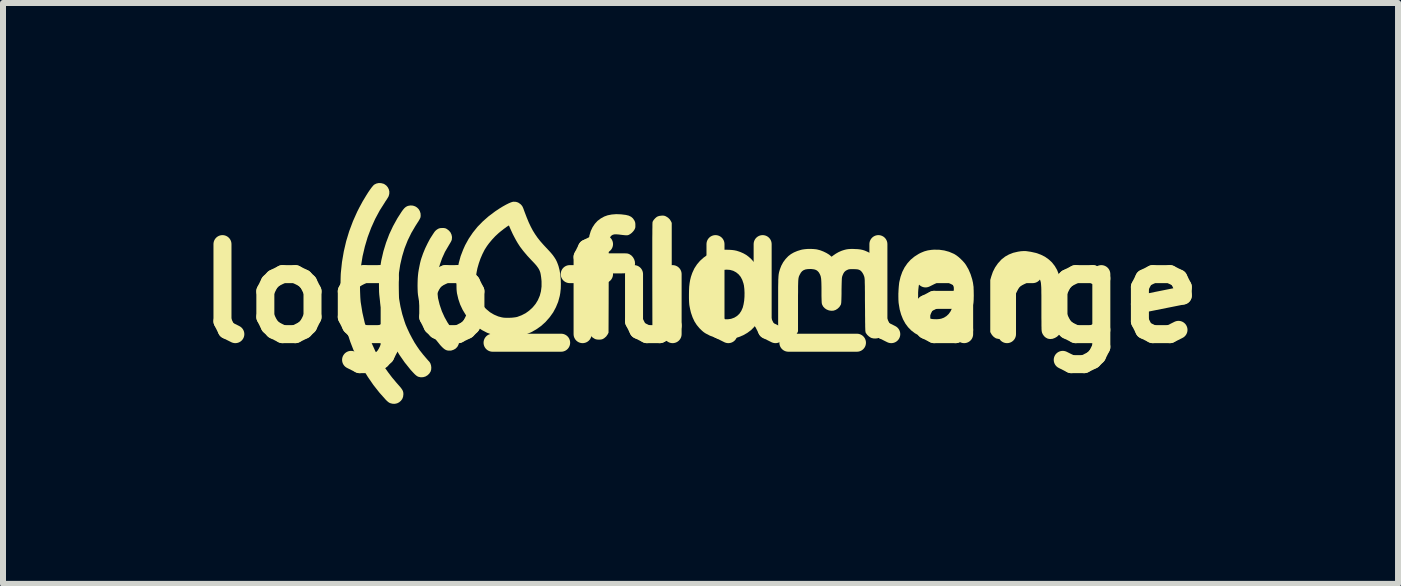
<source format=kicad_pcb>
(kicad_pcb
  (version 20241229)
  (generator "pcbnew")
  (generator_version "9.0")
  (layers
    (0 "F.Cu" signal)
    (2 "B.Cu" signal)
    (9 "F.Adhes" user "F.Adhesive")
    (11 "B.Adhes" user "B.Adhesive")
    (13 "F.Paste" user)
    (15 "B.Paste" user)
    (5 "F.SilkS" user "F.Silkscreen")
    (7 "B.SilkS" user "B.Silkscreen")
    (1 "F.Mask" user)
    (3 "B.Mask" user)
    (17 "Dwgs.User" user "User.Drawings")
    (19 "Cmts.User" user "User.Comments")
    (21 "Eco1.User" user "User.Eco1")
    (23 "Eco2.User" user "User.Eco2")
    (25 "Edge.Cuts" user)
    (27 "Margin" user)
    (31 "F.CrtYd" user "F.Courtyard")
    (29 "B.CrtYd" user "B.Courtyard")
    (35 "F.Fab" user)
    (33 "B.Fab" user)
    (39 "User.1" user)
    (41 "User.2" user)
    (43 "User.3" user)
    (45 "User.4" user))
  (footprint "logo_full_large"
    (layer "F.Cu")
    (at 8.621 1.839)
    (property "Reference" "logo_full_large" (at 0 0 0) (layer "F.SilkS") (effects (font (size 1.5 1.5) (thickness 0.3))))
    (attr board_only exclude_from_pos_files exclude_from_bom)
    (fp_poly (pts (xy -0.608 -1.295) (xy -0.592 -1.291) (xy -0.576 -1.284) (xy -0.54 -1.262) (xy -0.511 -1.233) (xy -0.491 -1.201) (xy -0.479 -1.175) (xy -0.479 -0.269) (xy -0.479 0.637) (xy -0.491 0.661) (xy -0.514 0.697) (xy -0.54 0.723) (xy -0.571 0.74) (xy -0.608 0.749) (xy -0.634 0.752) (xy -0.66 0.752) (xy -0.678 0.751) (xy -0.693 0.748) (xy -0.709 0.741) (xy -0.711 0.74) (xy -0.748 0.718) (xy -0.776 0.692) (xy -0.789 0.672) (xy -0.801 0.648) (xy -0.803 -0.26) (xy -0.803 -0.399) (xy -0.803 -0.526) (xy -0.803 -0.643) (xy -0.803 -0.748) (xy -0.803 -0.842) (xy -0.803 -0.925) (xy -0.802 -0.996) (xy -0.802 -1.056) (xy -0.801 -1.105) (xy -0.801 -1.143) (xy -0.8 -1.17) (xy -0.799 -1.185) (xy -0.799 -1.189) (xy -0.79 -1.209) (xy -0.774 -1.231) (xy -0.754 -1.253) (xy -0.732 -1.272) (xy -0.717 -1.281) (xy -0.689 -1.291) (xy -0.65 -1.296) (xy -0.626 -1.297)) (stroke (width 0) (type solid)) (fill yes) (layer "F.SilkS"))
    (fp_poly (pts (xy -4.277 -1.09) (xy -4.259 -1.087) (xy -4.244 -1.083) (xy -4.227 -1.074) (xy -4.225 -1.073) (xy -4.191 -1.047) (xy -4.165 -1.016) (xy -4.148 -0.979) (xy -4.14 -0.94) (xy -4.143 -0.899) (xy -4.146 -0.888) (xy -4.151 -0.876) (xy -4.161 -0.856) (xy -4.175 -0.832) (xy -4.191 -0.806) (xy -4.197 -0.795) (xy -4.257 -0.693) (xy -4.305 -0.587) (xy -4.343 -0.479) (xy -4.371 -0.368) (xy -4.387 -0.257) (xy -4.393 -0.145) (xy -4.388 -0.033) (xy -4.373 0.078) (xy -4.346 0.188) (xy -4.309 0.297) (xy -4.265 0.394) (xy -4.216 0.482) (xy -4.16 0.566) (xy -4.1 0.641) (xy -4.091 0.651) (xy -4.063 0.685) (xy -4.042 0.714) (xy -4.029 0.741) (xy -4.023 0.767) (xy -4.021 0.789) (xy -4.024 0.826) (xy -4.033 0.856) (xy -4.049 0.886) (xy -4.054 0.893) (xy -4.082 0.921) (xy -4.117 0.94) (xy -4.155 0.952) (xy -4.196 0.953) (xy -4.213 0.951) (xy -4.235 0.945) (xy -4.257 0.934) (xy -4.28 0.917) (xy -4.305 0.894) (xy -4.334 0.863) (xy -4.348 0.846) (xy -4.429 0.745) (xy -4.5 0.637) (xy -4.562 0.523) (xy -4.613 0.404) (xy -4.655 0.281) (xy -4.686 0.153) (xy -4.707 0.023) (xy -4.711 -0.021) (xy -4.713 -0.074) (xy -4.714 -0.131) (xy -4.713 -0.19) (xy -4.711 -0.247) (xy -4.707 -0.3) (xy -4.702 -0.346) (xy -4.701 -0.352) (xy -4.693 -0.401) (xy -4.683 -0.452) (xy -4.673 -0.501) (xy -4.662 -0.546) (xy -4.652 -0.58) (xy -4.622 -0.666) (xy -4.587 -0.751) (xy -4.547 -0.834) (xy -4.506 -0.911) (xy -4.487 -0.941) (xy -4.464 -0.977) (xy -4.446 -1.004) (xy -4.432 -1.025) (xy -4.419 -1.04) (xy -4.408 -1.051) (xy -4.397 -1.06) (xy -4.384 -1.069) (xy -4.38 -1.071) (xy -4.362 -1.081) (xy -4.346 -1.086) (xy -4.33 -1.089) (xy -4.307 -1.09) (xy -4.301 -1.09)) (stroke (width 0) (type solid)) (fill yes) (layer "F.SilkS"))
    (fp_poly (pts (xy -4.791 -1.463) (xy -4.754 -1.451) (xy -4.722 -1.431) (xy -4.695 -1.404) (xy -4.676 -1.371) (xy -4.664 -1.333) (xy -4.662 -1.292) (xy -4.664 -1.278) (xy -4.665 -1.269) (xy -4.668 -1.26) (xy -4.672 -1.251) (xy -4.678 -1.239) (xy -4.687 -1.223) (xy -4.699 -1.202) (xy -4.717 -1.175) (xy -4.739 -1.14) (xy -4.747 -1.128) (xy -4.817 -1.009) (xy -4.878 -0.884) (xy -4.93 -0.753) (xy -4.971 -0.617) (xy -5.003 -0.478) (xy -5.025 -0.334) (xy -5.027 -0.32) (xy -5.031 -0.266) (xy -5.033 -0.204) (xy -5.034 -0.137) (xy -5.032 -0.07) (xy -5.029 -0.004) (xy -5.024 0.057) (xy -5.021 0.091) (xy -4.999 0.218) (xy -4.969 0.345) (xy -4.931 0.467) (xy -4.913 0.519) (xy -4.882 0.591) (xy -4.846 0.668) (xy -4.806 0.744) (xy -4.764 0.819) (xy -4.72 0.887) (xy -4.679 0.946) (xy -4.664 0.965) (xy -4.645 0.989) (xy -4.624 1.016) (xy -4.601 1.043) (xy -4.579 1.069) (xy -4.558 1.093) (xy -4.541 1.113) (xy -4.528 1.127) (xy -4.522 1.133) (xy -4.514 1.143) (xy -4.504 1.159) (xy -4.499 1.169) (xy -4.489 1.2) (xy -4.485 1.235) (xy -4.487 1.269) (xy -4.496 1.299) (xy -4.496 1.3) (xy -4.518 1.335) (xy -4.547 1.363) (xy -4.582 1.384) (xy -4.62 1.395) (xy -4.66 1.397) (xy -4.696 1.39) (xy -4.715 1.382) (xy -4.736 1.368) (xy -4.76 1.347) (xy -4.787 1.319) (xy -4.82 1.283) (xy -4.83 1.272) (xy -4.928 1.15) (xy -5.017 1.022) (xy -5.096 0.889) (xy -5.164 0.751) (xy -5.223 0.608) (xy -5.272 0.461) (xy -5.31 0.309) (xy -5.337 0.153) (xy -5.352 0.02) (xy -5.355 -0.024) (xy -5.356 -0.077) (xy -5.357 -0.134) (xy -5.356 -0.193) (xy -5.354 -0.252) (xy -5.351 -0.308) (xy -5.347 -0.357) (xy -5.344 -0.394) (xy -5.318 -0.55) (xy -5.283 -0.701) (xy -5.239 -0.845) (xy -5.186 -0.985) (xy -5.123 -1.12) (xy -5.05 -1.252) (xy -4.982 -1.358) (xy -4.957 -1.393) (xy -4.934 -1.42) (xy -4.912 -1.439) (xy -4.89 -1.452) (xy -4.872 -1.459) (xy -4.831 -1.466)) (stroke (width 0) (type solid)) (fill yes) (layer "F.SilkS"))
    (fp_poly (pts (xy -5.323 -1.838) (xy -5.283 -1.828) (xy -5.269 -1.822) (xy -5.236 -1.799) (xy -5.211 -1.77) (xy -5.193 -1.735) (xy -5.184 -1.698) (xy -5.185 -1.659) (xy -5.195 -1.622) (xy -5.2 -1.611) (xy -5.208 -1.597) (xy -5.221 -1.576) (xy -5.237 -1.551) (xy -5.255 -1.525) (xy -5.256 -1.522) (xy -5.343 -1.385) (xy -5.42 -1.242) (xy -5.487 -1.093) (xy -5.545 -0.939) (xy -5.592 -0.781) (xy -5.63 -0.619) (xy -5.657 -0.453) (xy -5.669 -0.341) (xy -5.672 -0.306) (xy -5.673 -0.262) (xy -5.674 -0.212) (xy -5.674 -0.158) (xy -5.673 -0.101) (xy -5.672 -0.044) (xy -5.67 0.011) (xy -5.668 0.061) (xy -5.665 0.105) (xy -5.662 0.14) (xy -5.661 0.147) (xy -5.633 0.319) (xy -5.595 0.486) (xy -5.547 0.648) (xy -5.489 0.805) (xy -5.42 0.957) (xy -5.342 1.104) (xy -5.318 1.144) (xy -5.262 1.232) (xy -5.203 1.316) (xy -5.139 1.4) (xy -5.067 1.486) (xy -5.029 1.529) (xy -5.001 1.561) (xy -4.981 1.587) (xy -4.966 1.61) (xy -4.957 1.63) (xy -4.952 1.65) (xy -4.95 1.673) (xy -4.95 1.681) (xy -4.955 1.722) (xy -4.969 1.759) (xy -4.992 1.789) (xy -5.021 1.814) (xy -5.055 1.831) (xy -5.092 1.839) (xy -5.132 1.838) (xy -5.17 1.828) (xy -5.187 1.82) (xy -5.204 1.808) (xy -5.224 1.791) (xy -5.244 1.771) (xy -5.35 1.652) (xy -5.45 1.525) (xy -5.543 1.39) (xy -5.63 1.247) (xy -5.71 1.098) (xy -5.781 0.943) (xy -5.782 0.942) (xy -5.835 0.805) (xy -5.882 0.661) (xy -5.922 0.51) (xy -5.955 0.357) (xy -5.978 0.207) (xy -5.984 0.155) (xy -5.989 0.094) (xy -5.993 0.027) (xy -5.995 -0.044) (xy -5.997 -0.115) (xy -5.997 -0.185) (xy -5.996 -0.252) (xy -5.994 -0.311) (xy -5.992 -0.344) (xy -5.973 -0.524) (xy -5.943 -0.699) (xy -5.903 -0.871) (xy -5.852 -1.039) (xy -5.79 -1.204) (xy -5.718 -1.365) (xy -5.712 -1.376) (xy -5.686 -1.428) (xy -5.657 -1.481) (xy -5.628 -1.535) (xy -5.597 -1.586) (xy -5.567 -1.636) (xy -5.538 -1.682) (xy -5.51 -1.723) (xy -5.485 -1.758) (xy -5.463 -1.785) (xy -5.445 -1.805) (xy -5.437 -1.812) (xy -5.402 -1.83) (xy -5.364 -1.839)) (stroke (width 0) (type solid)) (fill yes) (layer "F.SilkS"))
    (fp_poly (pts (xy -1.324 -1.318) (xy -1.243 -1.308) (xy -1.195 -1.296) (xy -1.156 -1.277) (xy -1.125 -1.25) (xy -1.102 -1.216) (xy -1.1 -1.213) (xy -1.092 -1.194) (xy -1.087 -1.176) (xy -1.085 -1.155) (xy -1.085 -1.135) (xy -1.085 -1.111) (xy -1.087 -1.094) (xy -1.092 -1.08) (xy -1.1 -1.064) (xy -1.104 -1.057) (xy -1.122 -1.033) (xy -1.145 -1.009) (xy -1.17 -0.99) (xy -1.194 -0.976) (xy -1.21 -0.971) (xy -1.222 -0.969) (xy -1.238 -0.969) (xy -1.259 -0.97) (xy -1.287 -0.973) (xy -1.324 -0.977) (xy -1.362 -0.982) (xy -1.403 -0.985) (xy -1.436 -0.984) (xy -1.462 -0.977) (xy -1.483 -0.964) (xy -1.5 -0.945) (xy -1.502 -0.942) (xy -1.511 -0.925) (xy -1.519 -0.904) (xy -1.524 -0.878) (xy -1.527 -0.845) (xy -1.529 -0.803) (xy -1.529 -0.761) (xy -1.529 -0.668) (xy -1.372 -0.668) (xy -1.326 -0.668) (xy -1.289 -0.668) (xy -1.261 -0.668) (xy -1.24 -0.667) (xy -1.224 -0.666) (xy -1.212 -0.664) (xy -1.202 -0.661) (xy -1.194 -0.658) (xy -1.186 -0.655) (xy -1.153 -0.634) (xy -1.126 -0.605) (xy -1.106 -0.571) (xy -1.094 -0.535) (xy -1.09 -0.496) (xy -1.096 -0.459) (xy -1.104 -0.439) (xy -1.116 -0.42) (xy -1.132 -0.398) (xy -1.147 -0.381) (xy -1.161 -0.368) (xy -1.174 -0.358) (xy -1.187 -0.35) (xy -1.203 -0.344) (xy -1.223 -0.34) (xy -1.248 -0.337) (xy -1.28 -0.335) (xy -1.319 -0.334) (xy -1.368 -0.334) (xy -1.383 -0.334) (xy -1.529 -0.334) (xy -1.53 0.16) (xy -1.532 0.654) (xy -1.547 0.683) (xy -1.571 0.717) (xy -1.603 0.745) (xy -1.628 0.76) (xy -1.656 0.768) (xy -1.69 0.77) (xy -1.725 0.768) (xy -1.756 0.76) (xy -1.763 0.756) (xy -1.797 0.735) (xy -1.827 0.706) (xy -1.848 0.674) (xy -1.86 0.648) (xy -1.862 0.158) (xy -1.864 -0.333) (xy -1.904 -0.335) (xy -1.951 -0.343) (xy -1.99 -0.359) (xy -2.023 -0.384) (xy -2.049 -0.419) (xy -2.059 -0.438) (xy -2.07 -0.475) (xy -2.072 -0.514) (xy -2.064 -0.553) (xy -2.049 -0.589) (xy -2.026 -0.621) (xy -1.996 -0.646) (xy -1.98 -0.655) (xy -1.959 -0.663) (xy -1.937 -0.667) (xy -1.909 -0.668) (xy -1.908 -0.668) (xy -1.865 -0.668) (xy -1.862 -0.8) (xy -1.86 -0.857) (xy -1.857 -0.904) (xy -1.854 -0.939) (xy -1.851 -0.965) (xy -1.849 -0.97) (xy -1.828 -1.04) (xy -1.798 -1.103) (xy -1.76 -1.16) (xy -1.715 -1.209) (xy -1.662 -1.249) (xy -1.604 -1.281) (xy -1.546 -1.302) (xy -1.479 -1.315) (xy -1.405 -1.321)) (stroke (width 0) (type solid)) (fill yes) (layer "F.SilkS"))
    (fp_poly (pts (xy 3.977 -0.728) (xy 4.062 -0.716) (xy 4.142 -0.694) (xy 4.217 -0.662) (xy 4.236 -0.652) (xy 4.267 -0.632) (xy 4.302 -0.605) (xy 4.338 -0.572) (xy 4.372 -0.538) (xy 4.402 -0.504) (xy 4.422 -0.476) (xy 4.465 -0.402) (xy 4.5 -0.321) (xy 4.527 -0.236) (xy 4.54 -0.178) (xy 4.545 -0.143) (xy 4.548 -0.099) (xy 4.551 -0.05) (xy 4.552 0.002) (xy 4.552 0.055) (xy 4.551 0.104) (xy 4.548 0.147) (xy 4.545 0.168) (xy 4.529 0.262) (xy 4.504 0.349) (xy 4.471 0.428) (xy 4.431 0.499) (xy 4.383 0.562) (xy 4.328 0.617) (xy 4.266 0.663) (xy 4.196 0.701) (xy 4.183 0.707) (xy 4.135 0.725) (xy 4.091 0.739) (xy 4.046 0.748) (xy 3.997 0.754) (xy 3.942 0.756) (xy 3.936 0.756) (xy 3.902 0.757) (xy 3.868 0.756) (xy 3.839 0.755) (xy 3.817 0.754) (xy 3.809 0.753) (xy 3.773 0.746) (xy 3.731 0.734) (xy 3.688 0.72) (xy 3.648 0.704) (xy 3.638 0.7) (xy 3.572 0.663) (xy 3.512 0.617) (xy 3.459 0.563) (xy 3.413 0.501) (xy 3.374 0.43) (xy 3.343 0.352) (xy 3.319 0.267) (xy 3.304 0.176) (xy 3.301 0.156) (xy 3.298 0.109) (xy 3.297 0.056) (xy 3.297 -0.002) (xy 3.298 -0.014) (xy 3.626 -0.014) (xy 3.626 0.07) (xy 3.632 0.146) (xy 3.645 0.212) (xy 3.663 0.268) (xy 3.688 0.317) (xy 3.719 0.356) (xy 3.757 0.388) (xy 3.802 0.411) (xy 3.834 0.421) (xy 3.863 0.427) (xy 3.899 0.429) (xy 3.937 0.43) (xy 3.974 0.427) (xy 4.004 0.422) (xy 4.007 0.422) (xy 4.056 0.404) (xy 4.099 0.377) (xy 4.136 0.342) (xy 4.167 0.298) (xy 4.192 0.244) (xy 4.209 0.19) (xy 4.213 0.172) (xy 4.216 0.155) (xy 4.219 0.138) (xy 4.22 0.118) (xy 4.221 0.093) (xy 4.222 0.062) (xy 4.222 0.021) (xy 4.222 0.011) (xy 4.222 -0.031) (xy 4.221 -0.064) (xy 4.221 -0.09) (xy 4.219 -0.11) (xy 4.217 -0.127) (xy 4.214 -0.142) (xy 4.21 -0.158) (xy 4.208 -0.164) (xy 4.187 -0.226) (xy 4.16 -0.277) (xy 4.126 -0.32) (xy 4.087 -0.353) (xy 4.041 -0.376) (xy 4.004 -0.388) (xy 3.945 -0.396) (xy 3.888 -0.394) (xy 3.833 -0.381) (xy 3.783 -0.359) (xy 3.738 -0.327) (xy 3.725 -0.315) (xy 3.694 -0.278) (xy 3.669 -0.236) (xy 3.65 -0.186) (xy 3.637 -0.128) (xy 3.629 -0.061) (xy 3.626 -0.014) (xy 3.298 -0.014) (xy 3.3 -0.06) (xy 3.304 -0.116) (xy 3.309 -0.165) (xy 3.312 -0.187) (xy 3.333 -0.276) (xy 3.362 -0.358) (xy 3.4 -0.433) (xy 3.447 -0.501) (xy 3.501 -0.561) (xy 3.565 -0.614) (xy 3.636 -0.659) (xy 3.671 -0.677) (xy 3.729 -0.701) (xy 3.787 -0.717) (xy 3.848 -0.726) (xy 3.889 -0.729)) (stroke (width 0) (type solid)) (fill yes) (layer "F.SilkS"))
    (fp_poly (pts (xy 0.479 -0.727) (xy 0.524 -0.724) (xy 0.564 -0.719) (xy 0.602 -0.711) (xy 0.639 -0.699) (xy 0.665 -0.69) (xy 0.715 -0.668) (xy 0.761 -0.642) (xy 0.804 -0.61) (xy 0.845 -0.573) (xy 0.903 -0.509) (xy 0.952 -0.439) (xy 0.993 -0.362) (xy 1.024 -0.278) (xy 1.044 -0.198) (xy 1.056 -0.124) (xy 1.062 -0.045) (xy 1.062 0.037) (xy 1.058 0.119) (xy 1.049 0.199) (xy 1.034 0.274) (xy 1.017 0.338) (xy 0.985 0.419) (xy 0.945 0.491) (xy 0.898 0.555) (xy 0.844 0.61) (xy 0.781 0.657) (xy 0.711 0.697) (xy 0.632 0.729) (xy 0.583 0.743) (xy 0.555 0.749) (xy 0.518 0.753) (xy 0.475 0.756) (xy 0.431 0.757) (xy 0.387 0.757) (xy 0.346 0.755) (xy 0.312 0.752) (xy 0.304 0.75) (xy 0.229 0.731) (xy 0.156 0.703) (xy 0.087 0.667) (xy 0.062 0.651) (xy 0.045 0.638) (xy 0.023 0.619) (xy 0.000492 0.597) (xy -0.015 0.582) (xy -0.062 0.526) (xy -0.101 0.465) (xy -0.132 0.398) (xy -0.158 0.323) (xy -0.164 0.299) (xy -0.173 0.26) (xy -0.18 0.225) (xy -0.186 0.191) (xy -0.189 0.156) (xy -0.191 0.117) (xy -0.192 0.071) (xy -0.192 0.061) (xy 0.137 0.061) (xy 0.138 0.111) (xy 0.141 0.153) (xy 0.147 0.189) (xy 0.155 0.223) (xy 0.166 0.255) (xy 0.179 0.284) (xy 0.2 0.32) (xy 0.227 0.354) (xy 0.258 0.382) (xy 0.283 0.4) (xy 0.321 0.414) (xy 0.365 0.425) (xy 0.413 0.43) (xy 0.46 0.43) (xy 0.504 0.424) (xy 0.513 0.422) (xy 0.565 0.403) (xy 0.61 0.375) (xy 0.648 0.339) (xy 0.679 0.293) (xy 0.703 0.239) (xy 0.705 0.233) (xy 0.718 0.181) (xy 0.728 0.121) (xy 0.733 0.056) (xy 0.734 -0.01) (xy 0.731 -0.074) (xy 0.724 -0.133) (xy 0.716 -0.167) (xy 0.696 -0.226) (xy 0.669 -0.277) (xy 0.634 -0.319) (xy 0.593 -0.352) (xy 0.546 -0.377) (xy 0.493 -0.392) (xy 0.438 -0.396) (xy 0.393 -0.393) (xy 0.351 -0.383) (xy 0.307 -0.365) (xy 0.299 -0.361) (xy 0.253 -0.332) (xy 0.215 -0.294) (xy 0.185 -0.249) (xy 0.178 -0.235) (xy 0.167 -0.209) (xy 0.158 -0.185) (xy 0.151 -0.162) (xy 0.146 -0.136) (xy 0.142 -0.106) (xy 0.14 -0.07) (xy 0.138 -0.026) (xy 0.138 0.003) (xy 0.137 0.061) (xy -0.192 0.061) (xy -0.192 0.026) (xy -0.191 -0.048) (xy -0.188 -0.113) (xy -0.181 -0.172) (xy -0.172 -0.225) (xy -0.159 -0.277) (xy -0.142 -0.327) (xy -0.135 -0.346) (xy -0.102 -0.417) (xy -0.059 -0.483) (xy -0.008 -0.543) (xy 0.052 -0.597) (xy 0.118 -0.643) (xy 0.189 -0.681) (xy 0.266 -0.71) (xy 0.272 -0.712) (xy 0.292 -0.717) (xy 0.31 -0.722) (xy 0.328 -0.724) (xy 0.348 -0.726) (xy 0.373 -0.727) (xy 0.405 -0.728) (xy 0.425 -0.728)) (stroke (width 0) (type solid)) (fill yes) (layer "F.SilkS"))
    (fp_poly (pts (xy 5.414 -0.706) (xy 5.441 -0.703) (xy 5.474 -0.698) (xy 5.507 -0.693) (xy 5.592 -0.674) (xy 5.67 -0.646) (xy 5.74 -0.611) (xy 5.802 -0.567) (xy 5.857 -0.516) (xy 5.903 -0.457) (xy 5.941 -0.392) (xy 5.97 -0.319) (xy 5.989 -0.24) (xy 5.99 -0.238) (xy 5.992 -0.226) (xy 5.994 -0.213) (xy 5.995 -0.199) (xy 5.996 -0.183) (xy 5.997 -0.164) (xy 5.998 -0.141) (xy 5.999 -0.114) (xy 5.999 -0.08) (xy 6 -0.04) (xy 6 0.007) (xy 6 0.063) (xy 6 0.128) (xy 6 0.204) (xy 6 0.232) (xy 6 0.643) (xy 5.988 0.666) (xy 5.967 0.696) (xy 5.94 0.721) (xy 5.906 0.741) (xy 5.866 0.756) (xy 5.826 0.76) (xy 5.788 0.754) (xy 5.754 0.737) (xy 5.725 0.712) (xy 5.702 0.679) (xy 5.691 0.654) (xy 5.689 0.647) (xy 5.687 0.64) (xy 5.686 0.631) (xy 5.684 0.62) (xy 5.683 0.606) (xy 5.682 0.589) (xy 5.682 0.566) (xy 5.681 0.538) (xy 5.681 0.503) (xy 5.681 0.461) (xy 5.68 0.41) (xy 5.68 0.351) (xy 5.68 0.281) (xy 5.68 0.241) (xy 5.68 0.161) (xy 5.68 0.092) (xy 5.68 0.032) (xy 5.679 -0.019) (xy 5.679 -0.062) (xy 5.678 -0.098) (xy 5.676 -0.128) (xy 5.674 -0.153) (xy 5.672 -0.174) (xy 5.669 -0.191) (xy 5.665 -0.205) (xy 5.661 -0.218) (xy 5.656 -0.23) (xy 5.65 -0.241) (xy 5.645 -0.251) (xy 5.618 -0.289) (xy 5.584 -0.32) (xy 5.541 -0.345) (xy 5.489 -0.363) (xy 5.451 -0.372) (xy 5.402 -0.377) (xy 5.353 -0.372) (xy 5.307 -0.359) (xy 5.265 -0.339) (xy 5.229 -0.311) (xy 5.201 -0.278) (xy 5.19 -0.261) (xy 5.184 -0.248) (xy 5.179 -0.237) (xy 5.174 -0.227) (xy 5.17 -0.217) (xy 5.167 -0.205) (xy 5.164 -0.191) (xy 5.162 -0.175) (xy 5.16 -0.155) (xy 5.158 -0.13) (xy 5.157 -0.101) (xy 5.156 -0.064) (xy 5.156 -0.021) (xy 5.155 0.03) (xy 5.155 0.09) (xy 5.154 0.16) (xy 5.154 0.232) (xy 5.153 0.31) (xy 5.153 0.378) (xy 5.152 0.435) (xy 5.152 0.484) (xy 5.151 0.525) (xy 5.151 0.559) (xy 5.15 0.586) (xy 5.149 0.607) (xy 5.148 0.624) (xy 5.147 0.636) (xy 5.146 0.646) (xy 5.144 0.653) (xy 5.142 0.658) (xy 5.14 0.663) (xy 5.138 0.666) (xy 5.117 0.695) (xy 5.086 0.722) (xy 5.05 0.743) (xy 5.012 0.756) (xy 4.972 0.759) (xy 4.933 0.751) (xy 4.919 0.746) (xy 4.886 0.724) (xy 4.857 0.693) (xy 4.841 0.667) (xy 4.828 0.643) (xy 4.828 0.21) (xy 4.828 -0.224) (xy 4.844 -0.28) (xy 4.871 -0.359) (xy 4.908 -0.432) (xy 4.955 -0.5) (xy 5.011 -0.562) (xy 5.021 -0.571) (xy 5.076 -0.614) (xy 5.139 -0.649) (xy 5.21 -0.677) (xy 5.287 -0.695) (xy 5.337 -0.703) (xy 5.365 -0.705) (xy 5.39 -0.706)) (stroke (width 0) (type solid)) (fill yes) (layer "F.SilkS"))
    (fp_poly (pts (xy -3.075 -1.526) (xy -3.039 -1.515) (xy -3.006 -1.493) (xy -2.993 -1.482) (xy -2.983 -1.471) (xy -2.974 -1.46) (xy -2.966 -1.448) (xy -2.959 -1.433) (xy -2.95 -1.412) (xy -2.94 -1.384) (xy -2.929 -1.354) (xy -2.895 -1.265) (xy -2.862 -1.185) (xy -2.828 -1.113) (xy -2.793 -1.047) (xy -2.755 -0.986) (xy -2.714 -0.927) (xy -2.668 -0.869) (xy -2.616 -0.81) (xy -2.575 -0.766) (xy -2.529 -0.717) (xy -2.49 -0.674) (xy -2.458 -0.635) (xy -2.432 -0.598) (xy -2.41 -0.563) (xy -2.392 -0.526) (xy -2.377 -0.488) (xy -2.365 -0.454) (xy -2.348 -0.388) (xy -2.336 -0.315) (xy -2.329 -0.238) (xy -2.326 -0.159) (xy -2.328 -0.081) (xy -2.336 -0.007) (xy -2.345 0.043) (xy -2.371 0.139) (xy -2.408 0.229) (xy -2.454 0.315) (xy -2.511 0.395) (xy -2.578 0.471) (xy -2.582 0.476) (xy -2.657 0.543) (xy -2.738 0.6) (xy -2.824 0.648) (xy -2.915 0.685) (xy -3.01 0.712) (xy -3.017 0.714) (xy -3.043 0.719) (xy -3.069 0.722) (xy -3.1 0.725) (xy -3.136 0.727) (xy -3.182 0.728) (xy -3.183 0.728) (xy -3.218 0.728) (xy -3.25 0.728) (xy -3.277 0.728) (xy -3.297 0.728) (xy -3.307 0.727) (xy -3.307 0.727) (xy -3.35 0.719) (xy -3.385 0.712) (xy -3.414 0.705) (xy -3.441 0.697) (xy -3.466 0.69) (xy -3.556 0.655) (xy -3.64 0.611) (xy -3.719 0.558) (xy -3.791 0.497) (xy -3.856 0.429) (xy -3.914 0.353) (xy -3.963 0.272) (xy -4.004 0.185) (xy -4.035 0.093) (xy -4.057 -0.002) (xy -4.061 -0.033) (xy -4.064 -0.066) (xy -4.065 -0.107) (xy -4.065 -0.131) (xy -3.74 -0.131) (xy -3.74 -0.098) (xy -3.739 -0.073) (xy -3.738 -0.053) (xy -3.736 -0.038) (xy -3.734 -0.023) (xy -3.73 -0.009) (xy -3.725 0.008) (xy -3.725 0.008) (xy -3.7 0.076) (xy -3.671 0.135) (xy -3.634 0.19) (xy -3.589 0.242) (xy -3.565 0.265) (xy -3.506 0.314) (xy -3.44 0.353) (xy -3.37 0.383) (xy -3.309 0.399) (xy -3.278 0.404) (xy -3.24 0.406) (xy -3.198 0.406) (xy -3.154 0.405) (xy -3.112 0.401) (xy -3.076 0.396) (xy -3.053 0.391) (xy -2.981 0.364) (xy -2.913 0.329) (xy -2.851 0.284) (xy -2.795 0.232) (xy -2.747 0.174) (xy -2.708 0.11) (xy -2.707 0.107) (xy -2.677 0.037) (xy -2.658 -0.036) (xy -2.648 -0.115) (xy -2.648 -0.198) (xy -2.65 -0.225) (xy -2.655 -0.271) (xy -2.661 -0.311) (xy -2.668 -0.346) (xy -2.679 -0.377) (xy -2.693 -0.406) (xy -2.712 -0.435) (xy -2.736 -0.467) (xy -2.767 -0.502) (xy -2.805 -0.542) (xy -2.815 -0.552) (xy -2.888 -0.631) (xy -2.952 -0.707) (xy -3.006 -0.778) (xy -3.045 -0.838) (xy -3.073 -0.886) (xy -3.101 -0.938) (xy -3.128 -0.99) (xy -3.151 -1.04) (xy -3.166 -1.073) (xy -3.176 -1.096) (xy -3.184 -1.115) (xy -3.19 -1.128) (xy -3.192 -1.132) (xy -3.197 -1.13) (xy -3.21 -1.122) (xy -3.229 -1.11) (xy -3.251 -1.093) (xy -3.277 -1.075) (xy -3.303 -1.054) (xy -3.329 -1.034) (xy -3.353 -1.014) (xy -3.365 -1.004) (xy -3.419 -0.954) (xy -3.473 -0.896) (xy -3.523 -0.836) (xy -3.557 -0.79) (xy -3.596 -0.729) (xy -3.632 -0.658) (xy -3.665 -0.582) (xy -3.693 -0.502) (xy -3.716 -0.422) (xy -3.725 -0.379) (xy -3.73 -0.353) (xy -3.734 -0.33) (xy -3.736 -0.308) (xy -3.738 -0.285) (xy -3.739 -0.258) (xy -3.74 -0.225) (xy -3.74 -0.183) (xy -3.74 -0.173) (xy -3.74 -0.131) (xy -4.065 -0.131) (xy -4.066 -0.155) (xy -4.064 -0.206) (xy -4.062 -0.259) (xy -4.059 -0.309) (xy -4.054 -0.356) (xy -4.05 -0.39) (xy -4.027 -0.508) (xy -3.996 -0.621) (xy -3.954 -0.73) (xy -3.921 -0.804) (xy -3.862 -0.911) (xy -3.793 -1.013) (xy -3.715 -1.11) (xy -3.626 -1.201) (xy -3.528 -1.287) (xy -3.42 -1.368) (xy -3.354 -1.412) (xy -3.294 -1.449) (xy -3.24 -1.479) (xy -3.194 -1.502) (xy -3.156 -1.518) (xy -3.126 -1.527) (xy -3.116 -1.528)) (stroke (width 0) (type solid)) (fill yes) (layer "F.SilkS"))
    (fp_poly (pts (xy 1.879 -0.74) (xy 1.922 -0.736) (xy 1.941 -0.733) (xy 1.995 -0.719) (xy 2.049 -0.698) (xy 2.1 -0.673) (xy 2.144 -0.646) (xy 2.163 -0.63) (xy 2.184 -0.612) (xy 2.218 -0.637) (xy 2.256 -0.663) (xy 2.3 -0.688) (xy 2.345 -0.708) (xy 2.373 -0.718) (xy 2.407 -0.728) (xy 2.438 -0.735) (xy 2.47 -0.739) (xy 2.505 -0.741) (xy 2.548 -0.741) (xy 2.567 -0.74) (xy 2.618 -0.738) (xy 2.662 -0.733) (xy 2.701 -0.725) (xy 2.739 -0.713) (xy 2.778 -0.696) (xy 2.803 -0.684) (xy 2.831 -0.67) (xy 2.853 -0.656) (xy 2.873 -0.642) (xy 2.894 -0.623) (xy 2.914 -0.603) (xy 2.965 -0.548) (xy 3.005 -0.492) (xy 3.035 -0.435) (xy 3.057 -0.375) (xy 3.07 -0.313) (xy 3.071 -0.298) (xy 3.072 -0.273) (xy 3.073 -0.239) (xy 3.074 -0.194) (xy 3.074 -0.138) (xy 3.074 -0.073) (xy 3.074 0.004) (xy 3.074 0.091) (xy 3.074 0.178) (xy 3.072 0.626) (xy 3.057 0.658) (xy 3.034 0.693) (xy 3.004 0.721) (xy 2.977 0.738) (xy 2.95 0.747) (xy 2.918 0.751) (xy 2.884 0.75) (xy 2.852 0.743) (xy 2.837 0.737) (xy 2.806 0.716) (xy 2.778 0.69) (xy 2.757 0.661) (xy 2.756 0.66) (xy 2.754 0.655) (xy 2.752 0.651) (xy 2.75 0.645) (xy 2.749 0.638) (xy 2.748 0.628) (xy 2.746 0.615) (xy 2.746 0.597) (xy 2.745 0.575) (xy 2.744 0.547) (xy 2.744 0.512) (xy 2.743 0.471) (xy 2.743 0.421) (xy 2.742 0.362) (xy 2.742 0.294) (xy 2.741 0.216) (xy 2.741 0.193) (xy 2.74 0.111) (xy 2.74 0.04) (xy 2.74 -0.021) (xy 2.739 -0.073) (xy 2.739 -0.117) (xy 2.738 -0.154) (xy 2.737 -0.184) (xy 2.737 -0.209) (xy 2.736 -0.228) (xy 2.735 -0.244) (xy 2.733 -0.256) (xy 2.732 -0.266) (xy 2.73 -0.274) (xy 2.728 -0.281) (xy 2.726 -0.288) (xy 2.725 -0.29) (xy 2.715 -0.315) (xy 2.701 -0.34) (xy 2.69 -0.356) (xy 2.674 -0.374) (xy 2.657 -0.387) (xy 2.637 -0.396) (xy 2.611 -0.402) (xy 2.578 -0.404) (xy 2.543 -0.405) (xy 2.513 -0.405) (xy 2.491 -0.404) (xy 2.475 -0.402) (xy 2.462 -0.399) (xy 2.449 -0.393) (xy 2.439 -0.389) (xy 2.416 -0.375) (xy 2.397 -0.357) (xy 2.382 -0.334) (xy 2.368 -0.302) (xy 2.366 -0.297) (xy 2.363 -0.288) (xy 2.36 -0.279) (xy 2.358 -0.268) (xy 2.356 -0.255) (xy 2.355 -0.238) (xy 2.354 -0.217) (xy 2.353 -0.189) (xy 2.352 -0.153) (xy 2.351 -0.109) (xy 2.35 -0.055) (xy 2.35 -0.048) (xy 2.35 0.007) (xy 2.349 0.052) (xy 2.348 0.089) (xy 2.347 0.117) (xy 2.346 0.139) (xy 2.345 0.156) (xy 2.343 0.168) (xy 2.341 0.178) (xy 2.339 0.185) (xy 2.336 0.193) (xy 2.335 0.193) (xy 2.315 0.225) (xy 2.285 0.254) (xy 2.252 0.275) (xy 2.216 0.287) (xy 2.178 0.289) (xy 2.14 0.283) (xy 2.104 0.269) (xy 2.072 0.248) (xy 2.046 0.221) (xy 2.028 0.189) (xy 2.025 0.179) (xy 2.022 0.169) (xy 2.02 0.155) (xy 2.019 0.136) (xy 2.018 0.111) (xy 2.017 0.078) (xy 2.016 0.038) (xy 2.016 -0.012) (xy 2.016 -0.036) (xy 2.016 -0.096) (xy 2.015 -0.146) (xy 2.014 -0.187) (xy 2.012 -0.22) (xy 2.01 -0.247) (xy 2.006 -0.269) (xy 2.002 -0.288) (xy 1.996 -0.304) (xy 1.989 -0.32) (xy 1.989 -0.321) (xy 1.97 -0.353) (xy 1.949 -0.375) (xy 1.925 -0.391) (xy 1.894 -0.401) (xy 1.855 -0.406) (xy 1.84 -0.407) (xy 1.791 -0.406) (xy 1.751 -0.4) (xy 1.719 -0.388) (xy 1.693 -0.37) (xy 1.671 -0.344) (xy 1.66 -0.323) (xy 1.653 -0.311) (xy 1.648 -0.3) (xy 1.643 -0.29) (xy 1.639 -0.279) (xy 1.636 -0.266) (xy 1.633 -0.252) (xy 1.631 -0.235) (xy 1.629 -0.213) (xy 1.628 -0.188) (xy 1.627 -0.157) (xy 1.626 -0.119) (xy 1.626 -0.075) (xy 1.626 -0.023) (xy 1.625 0.038) (xy 1.625 0.109) (xy 1.625 0.19) (xy 1.625 0.201) (xy 1.625 0.632) (xy 1.611 0.662) (xy 1.588 0.694) (xy 1.558 0.721) (xy 1.523 0.74) (xy 1.484 0.75) (xy 1.444 0.752) (xy 1.405 0.743) (xy 1.401 0.742) (xy 1.363 0.721) (xy 1.332 0.691) (xy 1.31 0.658) (xy 1.294 0.626) (xy 1.294 0.176) (xy 1.294 0.091) (xy 1.294 0.017) (xy 1.294 -0.047) (xy 1.294 -0.103) (xy 1.295 -0.15) (xy 1.296 -0.191) (xy 1.296 -0.225) (xy 1.298 -0.255) (xy 1.299 -0.279) (xy 1.301 -0.301) (xy 1.303 -0.319) (xy 1.306 -0.336) (xy 1.309 -0.351) (xy 1.313 -0.366) (xy 1.318 -0.383) (xy 1.323 -0.4) (xy 1.323 -0.401) (xy 1.346 -0.461) (xy 1.378 -0.52) (xy 1.418 -0.574) (xy 1.463 -0.621) (xy 1.507 -0.655) (xy 1.556 -0.683) (xy 1.613 -0.707) (xy 1.671 -0.725) (xy 1.695 -0.731) (xy 1.736 -0.737) (xy 1.782 -0.741) (xy 1.832 -0.742)) (stroke (width 0) (type solid)) (fill yes) (layer "F.SilkS")))
  (gr_rect
    (start -3 -3)
    (end 20.243 6.678)
    (stroke (width 0.1) (type default))
    (fill no)
    (layer "Edge.Cuts")))
</source>
